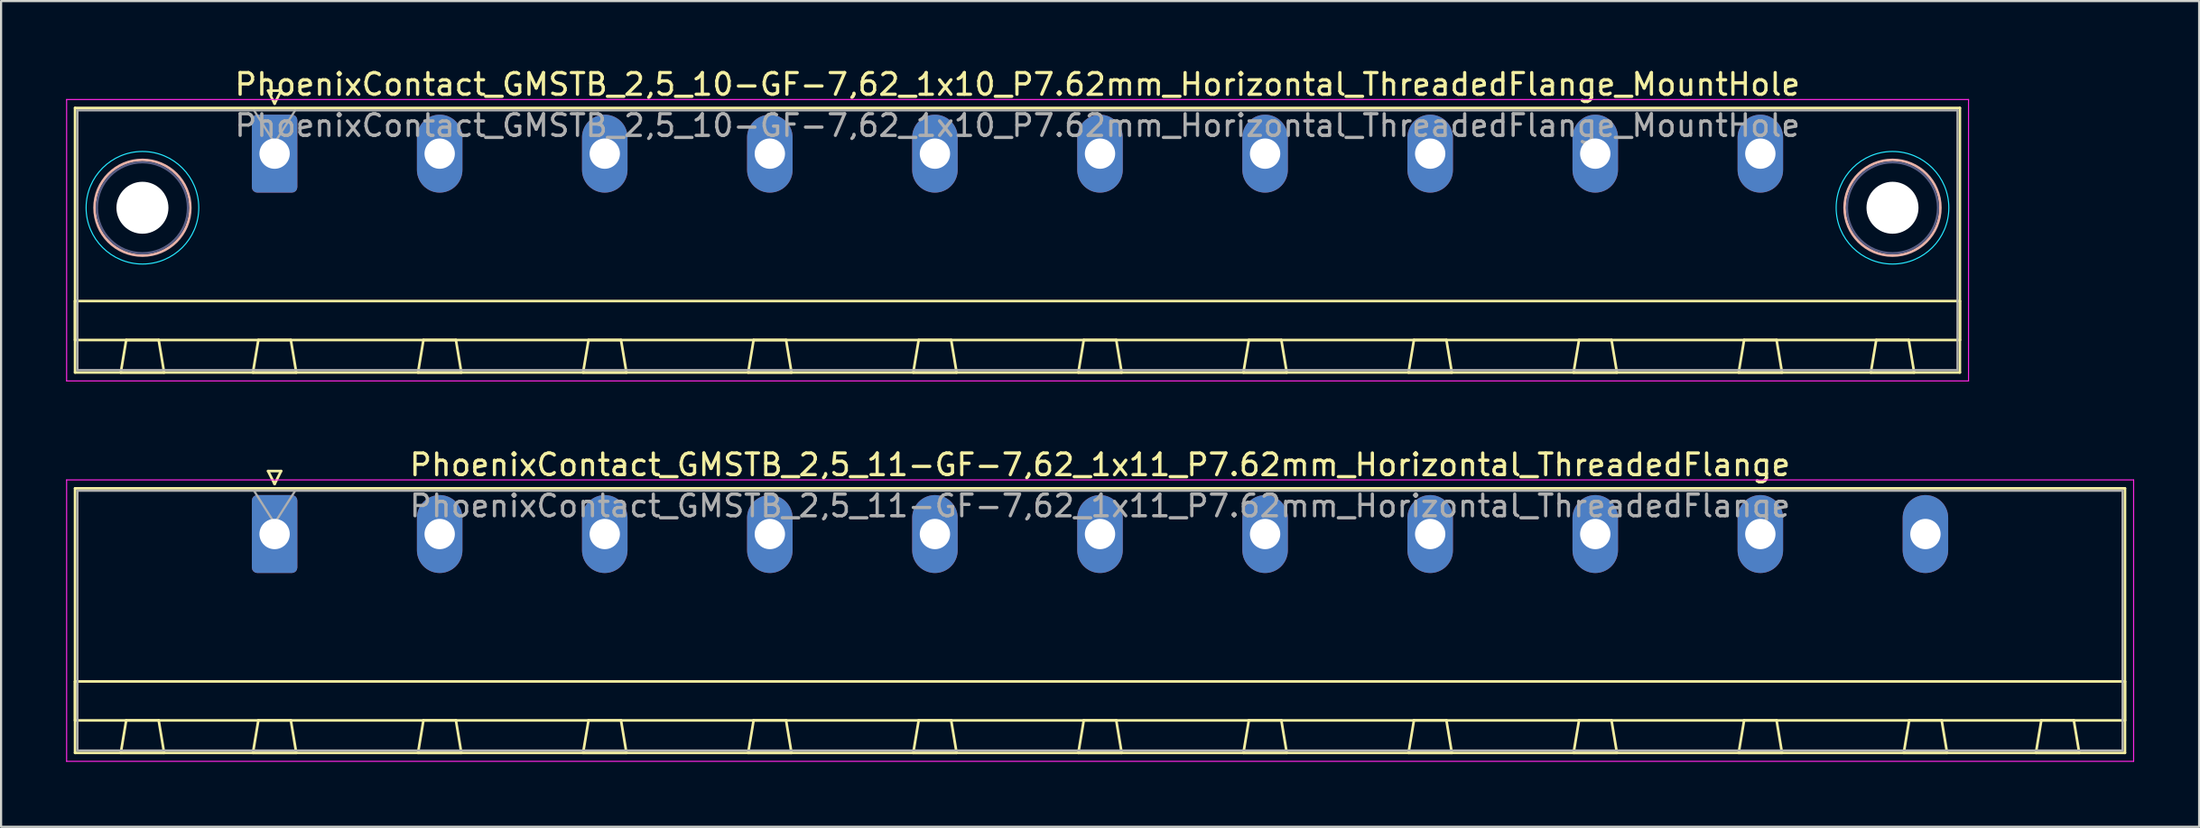
<source format=kicad_pcb>
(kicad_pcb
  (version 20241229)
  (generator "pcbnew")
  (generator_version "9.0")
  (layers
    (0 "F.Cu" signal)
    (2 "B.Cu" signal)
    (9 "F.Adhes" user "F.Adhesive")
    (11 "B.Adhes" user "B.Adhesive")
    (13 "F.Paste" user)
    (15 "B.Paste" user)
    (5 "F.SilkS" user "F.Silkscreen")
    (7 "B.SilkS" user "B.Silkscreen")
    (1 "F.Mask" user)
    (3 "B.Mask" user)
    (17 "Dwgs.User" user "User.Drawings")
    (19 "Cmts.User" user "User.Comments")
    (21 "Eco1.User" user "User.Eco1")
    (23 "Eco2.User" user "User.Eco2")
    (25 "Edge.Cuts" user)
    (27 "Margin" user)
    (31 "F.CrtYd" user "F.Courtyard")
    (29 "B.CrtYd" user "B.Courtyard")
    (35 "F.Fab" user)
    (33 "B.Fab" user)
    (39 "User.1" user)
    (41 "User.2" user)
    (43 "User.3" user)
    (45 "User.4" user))
  (footprint "PhoenixContact_GMSTB_2,5_11-GF-7,62_1x11_P7.62mm_Horizontal_ThreadedFlange"
    (layer "F.Cu")
    (at 9.625 21.622)
    (property "Reference" "PhoenixContact_GMSTB_2,5_11-GF-7,62_1x11_P7.62mm_Horizontal_ThreadedFlange" (at 38.1 -3.2 0) (layer "F.SilkS") (effects (font (size 1 1) (thickness 0.15))))
    (attr through_hole)
    (fp_line (start -9.21 -2.11) (end -9.21 10.11) (stroke (width 0.12) (type solid)) (layer "F.SilkS"))
    (fp_line (start -9.21 6.81) (end 85.41 6.81) (stroke (width 0.12) (type solid)) (layer "F.SilkS"))
    (fp_line (start -9.21 8.61) (end -9.21 6.81) (stroke (width 0.12) (type solid)) (layer "F.SilkS"))
    (fp_line (start -9.21 10.11) (end 85.41 10.11) (stroke (width 0.12) (type solid)) (layer "F.SilkS"))
    (fp_line (start -7.1 10.11) (end -5.1 10.11) (stroke (width 0.12) (type solid)) (layer "F.SilkS"))
    (fp_line (start -6.85 8.61) (end -7.1 10.11) (stroke (width 0.12) (type solid)) (layer "F.SilkS"))
    (fp_line (start -5.35 8.61) (end -6.85 8.61) (stroke (width 0.12) (type solid)) (layer "F.SilkS"))
    (fp_line (start -5.1 10.11) (end -5.35 8.61) (stroke (width 0.12) (type solid)) (layer "F.SilkS"))
    (fp_line (start -1 10.11) (end 1 10.11) (stroke (width 0.12) (type solid)) (layer "F.SilkS"))
    (fp_line (start -0.75 8.61) (end -1 10.11) (stroke (width 0.12) (type solid)) (layer "F.SilkS"))
    (fp_line (start -0.3 -2.91) (end 0.3 -2.91) (stroke (width 0.12) (type solid)) (layer "F.SilkS"))
    (fp_line (start 0 -2.31) (end -0.3 -2.91) (stroke (width 0.12) (type solid)) (layer "F.SilkS"))
    (fp_line (start 0.3 -2.91) (end 0 -2.31) (stroke (width 0.12) (type solid)) (layer "F.SilkS"))
    (fp_line (start 0.75 8.61) (end -0.75 8.61) (stroke (width 0.12) (type solid)) (layer "F.SilkS"))
    (fp_line (start 1 10.11) (end 0.75 8.61) (stroke (width 0.12) (type solid)) (layer "F.SilkS"))
    (fp_line (start 6.62 10.11) (end 8.62 10.11) (stroke (width 0.12) (type solid)) (layer "F.SilkS"))
    (fp_line (start 6.87 8.61) (end 6.62 10.11) (stroke (width 0.12) (type solid)) (layer "F.SilkS"))
    (fp_line (start 8.37 8.61) (end 6.87 8.61) (stroke (width 0.12) (type solid)) (layer "F.SilkS"))
    (fp_line (start 8.62 10.11) (end 8.37 8.61) (stroke (width 0.12) (type solid)) (layer "F.SilkS"))
    (fp_line (start 14.24 10.11) (end 16.24 10.11) (stroke (width 0.12) (type solid)) (layer "F.SilkS"))
    (fp_line (start 14.49 8.61) (end 14.24 10.11) (stroke (width 0.12) (type solid)) (layer "F.SilkS"))
    (fp_line (start 15.99 8.61) (end 14.49 8.61) (stroke (width 0.12) (type solid)) (layer "F.SilkS"))
    (fp_line (start 16.24 10.11) (end 15.99 8.61) (stroke (width 0.12) (type solid)) (layer "F.SilkS"))
    (fp_line (start 21.86 10.11) (end 23.86 10.11) (stroke (width 0.12) (type solid)) (layer "F.SilkS"))
    (fp_line (start 22.11 8.61) (end 21.86 10.11) (stroke (width 0.12) (type solid)) (layer "F.SilkS"))
    (fp_line (start 23.61 8.61) (end 22.11 8.61) (stroke (width 0.12) (type solid)) (layer "F.SilkS"))
    (fp_line (start 23.86 10.11) (end 23.61 8.61) (stroke (width 0.12) (type solid)) (layer "F.SilkS"))
    (fp_line (start 29.48 10.11) (end 31.48 10.11) (stroke (width 0.12) (type solid)) (layer "F.SilkS"))
    (fp_line (start 29.73 8.61) (end 29.48 10.11) (stroke (width 0.12) (type solid)) (layer "F.SilkS"))
    (fp_line (start 31.23 8.61) (end 29.73 8.61) (stroke (width 0.12) (type solid)) (layer "F.SilkS"))
    (fp_line (start 31.48 10.11) (end 31.23 8.61) (stroke (width 0.12) (type solid)) (layer "F.SilkS"))
    (fp_line (start 37.1 10.11) (end 39.1 10.11) (stroke (width 0.12) (type solid)) (layer "F.SilkS"))
    (fp_line (start 37.35 8.61) (end 37.1 10.11) (stroke (width 0.12) (type solid)) (layer "F.SilkS"))
    (fp_line (start 38.85 8.61) (end 37.35 8.61) (stroke (width 0.12) (type solid)) (layer "F.SilkS"))
    (fp_line (start 39.1 10.11) (end 38.85 8.61) (stroke (width 0.12) (type solid)) (layer "F.SilkS"))
    (fp_line (start 44.72 10.11) (end 46.72 10.11) (stroke (width 0.12) (type solid)) (layer "F.SilkS"))
    (fp_line (start 44.97 8.61) (end 44.72 10.11) (stroke (width 0.12) (type solid)) (layer "F.SilkS"))
    (fp_line (start 46.47 8.61) (end 44.97 8.61) (stroke (width 0.12) (type solid)) (layer "F.SilkS"))
    (fp_line (start 46.72 10.11) (end 46.47 8.61) (stroke (width 0.12) (type solid)) (layer "F.SilkS"))
    (fp_line (start 52.34 10.11) (end 54.34 10.11) (stroke (width 0.12) (type solid)) (layer "F.SilkS"))
    (fp_line (start 52.59 8.61) (end 52.34 10.11) (stroke (width 0.12) (type solid)) (layer "F.SilkS"))
    (fp_line (start 54.09 8.61) (end 52.59 8.61) (stroke (width 0.12) (type solid)) (layer "F.SilkS"))
    (fp_line (start 54.34 10.11) (end 54.09 8.61) (stroke (width 0.12) (type solid)) (layer "F.SilkS"))
    (fp_line (start 59.96 10.11) (end 61.96 10.11) (stroke (width 0.12) (type solid)) (layer "F.SilkS"))
    (fp_line (start 60.21 8.61) (end 59.96 10.11) (stroke (width 0.12) (type solid)) (layer "F.SilkS"))
    (fp_line (start 61.71 8.61) (end 60.21 8.61) (stroke (width 0.12) (type solid)) (layer "F.SilkS"))
    (fp_line (start 61.96 10.11) (end 61.71 8.61) (stroke (width 0.12) (type solid)) (layer "F.SilkS"))
    (fp_line (start 67.58 10.11) (end 69.58 10.11) (stroke (width 0.12) (type solid)) (layer "F.SilkS"))
    (fp_line (start 67.83 8.61) (end 67.58 10.11) (stroke (width 0.12) (type solid)) (layer "F.SilkS"))
    (fp_line (start 69.33 8.61) (end 67.83 8.61) (stroke (width 0.12) (type solid)) (layer "F.SilkS"))
    (fp_line (start 69.58 10.11) (end 69.33 8.61) (stroke (width 0.12) (type solid)) (layer "F.SilkS"))
    (fp_line (start 75.2 10.11) (end 77.2 10.11) (stroke (width 0.12) (type solid)) (layer "F.SilkS"))
    (fp_line (start 75.45 8.61) (end 75.2 10.11) (stroke (width 0.12) (type solid)) (layer "F.SilkS"))
    (fp_line (start 76.95 8.61) (end 75.45 8.61) (stroke (width 0.12) (type solid)) (layer "F.SilkS"))
    (fp_line (start 77.2 10.11) (end 76.95 8.61) (stroke (width 0.12) (type solid)) (layer "F.SilkS"))
    (fp_line (start 81.3 10.11) (end 83.3 10.11) (stroke (width 0.12) (type solid)) (layer "F.SilkS"))
    (fp_line (start 81.55 8.61) (end 81.3 10.11) (stroke (width 0.12) (type solid)) (layer "F.SilkS"))
    (fp_line (start 83.05 8.61) (end 81.55 8.61) (stroke (width 0.12) (type solid)) (layer "F.SilkS"))
    (fp_line (start 83.3 10.11) (end 83.05 8.61) (stroke (width 0.12) (type solid)) (layer "F.SilkS"))
    (fp_line (start 85.41 -2.11) (end -9.21 -2.11) (stroke (width 0.12) (type solid)) (layer "F.SilkS"))
    (fp_line (start 85.41 6.81) (end 85.41 8.61) (stroke (width 0.12) (type solid)) (layer "F.SilkS"))
    (fp_line (start 85.41 8.61) (end -9.21 8.61) (stroke (width 0.12) (type solid)) (layer "F.SilkS"))
    (fp_line (start 85.41 10.11) (end 85.41 -2.11) (stroke (width 0.12) (type solid)) (layer "F.SilkS"))
    (fp_line (start -9.6 -2.5) (end -9.6 10.5) (stroke (width 0.05) (type solid)) (layer "F.CrtYd"))
    (fp_line (start -9.6 10.5) (end 85.81 10.5) (stroke (width 0.05) (type solid)) (layer "F.CrtYd"))
    (fp_line (start 85.81 -2.5) (end -9.6 -2.5) (stroke (width 0.05) (type solid)) (layer "F.CrtYd"))
    (fp_line (start 85.81 10.5) (end 85.81 -2.5) (stroke (width 0.05) (type solid)) (layer "F.CrtYd"))
    (fp_line (start -9.1 -2) (end -9.1 10) (stroke (width 0.1) (type solid)) (layer "F.Fab"))
    (fp_line (start -9.1 10) (end 85.3 10) (stroke (width 0.1) (type solid)) (layer "F.Fab"))
    (fp_line (start 0 -0.5) (end -0.95 -2) (stroke (width 0.1) (type solid)) (layer "F.Fab"))
    (fp_line (start 0.95 -2) (end 0 -0.5) (stroke (width 0.1) (type solid)) (layer "F.Fab"))
    (fp_line (start 85.3 -2) (end -9.1 -2) (stroke (width 0.1) (type solid)) (layer "F.Fab"))
    (fp_line (start 85.3 10) (end 85.3 -2) (stroke (width 0.1) (type solid)) (layer "F.Fab"))
    (fp_text user "${REFERENCE}" (at 38.1 -1.3 0) (layer "F.Fab") (effects (font (size 1 1) (thickness 0.15))))
    (pad "1" thru_hole roundrect (at 0 0) (size 2.1 3.6) (drill 1.4) (layers "*.Cu" "*.Mask") (roundrect_rratio 0.119))
    (pad "2" thru_hole oval (at 7.62 0) (size 2.1 3.6) (drill 1.4) (layers "*.Cu" "*.Mask"))
    (pad "3" thru_hole oval (at 15.24 0) (size 2.1 3.6) (drill 1.4) (layers "*.Cu" "*.Mask"))
    (pad "4" thru_hole oval (at 22.86 0) (size 2.1 3.6) (drill 1.4) (layers "*.Cu" "*.Mask"))
    (pad "5" thru_hole oval (at 30.48 0) (size 2.1 3.6) (drill 1.4) (layers "*.Cu" "*.Mask"))
    (pad "6" thru_hole oval (at 38.1 0) (size 2.1 3.6) (drill 1.4) (layers "*.Cu" "*.Mask"))
    (pad "7" thru_hole oval (at 45.72 0) (size 2.1 3.6) (drill 1.4) (layers "*.Cu" "*.Mask"))
    (pad "8" thru_hole oval (at 53.34 0) (size 2.1 3.6) (drill 1.4) (layers "*.Cu" "*.Mask"))
    (pad "9" thru_hole oval (at 60.96 0) (size 2.1 3.6) (drill 1.4) (layers "*.Cu" "*.Mask"))
    (pad "10" thru_hole oval (at 68.58 0) (size 2.1 3.6) (drill 1.4) (layers "*.Cu" "*.Mask"))
    (pad "11" thru_hole oval (at 76.2 0) (size 2.1 3.6) (drill 1.4) (layers "*.Cu" "*.Mask")))
  (footprint "PhoenixContact_GMSTB_2,5_10-GF-7,62_1x10_P7.62mm_Horizontal_ThreadedFlange_MountHole"
    (layer "F.Cu")
    (at 9.625 4.048)
    (property "Reference" "PhoenixContact_GMSTB_2,5_10-GF-7,62_1x10_P7.62mm_Horizontal_ThreadedFlange_MountHole" (at 34.29 -3.2 0) (layer "F.SilkS") (effects (font (size 1 1) (thickness 0.15))))
    (attr through_hole)
    (fp_line (start -9.21 -2.11) (end -9.21 10.11) (stroke (width 0.12) (type solid)) (layer "F.SilkS"))
    (fp_line (start -9.21 6.81) (end 77.79 6.81) (stroke (width 0.12) (type solid)) (layer "F.SilkS"))
    (fp_line (start -9.21 8.61) (end -9.21 6.81) (stroke (width 0.12) (type solid)) (layer "F.SilkS"))
    (fp_line (start -9.21 10.11) (end 77.79 10.11) (stroke (width 0.12) (type solid)) (layer "F.SilkS"))
    (fp_line (start -7.1 10.11) (end -5.1 10.11) (stroke (width 0.12) (type solid)) (layer "F.SilkS"))
    (fp_line (start -6.85 8.61) (end -7.1 10.11) (stroke (width 0.12) (type solid)) (layer "F.SilkS"))
    (fp_line (start -5.35 8.61) (end -6.85 8.61) (stroke (width 0.12) (type solid)) (layer "F.SilkS"))
    (fp_line (start -5.1 10.11) (end -5.35 8.61) (stroke (width 0.12) (type solid)) (layer "F.SilkS"))
    (fp_line (start -1 10.11) (end 1 10.11) (stroke (width 0.12) (type solid)) (layer "F.SilkS"))
    (fp_line (start -0.75 8.61) (end -1 10.11) (stroke (width 0.12) (type solid)) (layer "F.SilkS"))
    (fp_line (start -0.3 -2.91) (end 0.3 -2.91) (stroke (width 0.12) (type solid)) (layer "F.SilkS"))
    (fp_line (start 0 -2.31) (end -0.3 -2.91) (stroke (width 0.12) (type solid)) (layer "F.SilkS"))
    (fp_line (start 0.3 -2.91) (end 0 -2.31) (stroke (width 0.12) (type solid)) (layer "F.SilkS"))
    (fp_line (start 0.75 8.61) (end -0.75 8.61) (stroke (width 0.12) (type solid)) (layer "F.SilkS"))
    (fp_line (start 1 10.11) (end 0.75 8.61) (stroke (width 0.12) (type solid)) (layer "F.SilkS"))
    (fp_line (start 6.62 10.11) (end 8.62 10.11) (stroke (width 0.12) (type solid)) (layer "F.SilkS"))
    (fp_line (start 6.87 8.61) (end 6.62 10.11) (stroke (width 0.12) (type solid)) (layer "F.SilkS"))
    (fp_line (start 8.37 8.61) (end 6.87 8.61) (stroke (width 0.12) (type solid)) (layer "F.SilkS"))
    (fp_line (start 8.62 10.11) (end 8.37 8.61) (stroke (width 0.12) (type solid)) (layer "F.SilkS"))
    (fp_line (start 14.24 10.11) (end 16.24 10.11) (stroke (width 0.12) (type solid)) (layer "F.SilkS"))
    (fp_line (start 14.49 8.61) (end 14.24 10.11) (stroke (width 0.12) (type solid)) (layer "F.SilkS"))
    (fp_line (start 15.99 8.61) (end 14.49 8.61) (stroke (width 0.12) (type solid)) (layer "F.SilkS"))
    (fp_line (start 16.24 10.11) (end 15.99 8.61) (stroke (width 0.12) (type solid)) (layer "F.SilkS"))
    (fp_line (start 21.86 10.11) (end 23.86 10.11) (stroke (width 0.12) (type solid)) (layer "F.SilkS"))
    (fp_line (start 22.11 8.61) (end 21.86 10.11) (stroke (width 0.12) (type solid)) (layer "F.SilkS"))
    (fp_line (start 23.61 8.61) (end 22.11 8.61) (stroke (width 0.12) (type solid)) (layer "F.SilkS"))
    (fp_line (start 23.86 10.11) (end 23.61 8.61) (stroke (width 0.12) (type solid)) (layer "F.SilkS"))
    (fp_line (start 29.48 10.11) (end 31.48 10.11) (stroke (width 0.12) (type solid)) (layer "F.SilkS"))
    (fp_line (start 29.73 8.61) (end 29.48 10.11) (stroke (width 0.12) (type solid)) (layer "F.SilkS"))
    (fp_line (start 31.23 8.61) (end 29.73 8.61) (stroke (width 0.12) (type solid)) (layer "F.SilkS"))
    (fp_line (start 31.48 10.11) (end 31.23 8.61) (stroke (width 0.12) (type solid)) (layer "F.SilkS"))
    (fp_line (start 37.1 10.11) (end 39.1 10.11) (stroke (width 0.12) (type solid)) (layer "F.SilkS"))
    (fp_line (start 37.35 8.61) (end 37.1 10.11) (stroke (width 0.12) (type solid)) (layer "F.SilkS"))
    (fp_line (start 38.85 8.61) (end 37.35 8.61) (stroke (width 0.12) (type solid)) (layer "F.SilkS"))
    (fp_line (start 39.1 10.11) (end 38.85 8.61) (stroke (width 0.12) (type solid)) (layer "F.SilkS"))
    (fp_line (start 44.72 10.11) (end 46.72 10.11) (stroke (width 0.12) (type solid)) (layer "F.SilkS"))
    (fp_line (start 44.97 8.61) (end 44.72 10.11) (stroke (width 0.12) (type solid)) (layer "F.SilkS"))
    (fp_line (start 46.47 8.61) (end 44.97 8.61) (stroke (width 0.12) (type solid)) (layer "F.SilkS"))
    (fp_line (start 46.72 10.11) (end 46.47 8.61) (stroke (width 0.12) (type solid)) (layer "F.SilkS"))
    (fp_line (start 52.34 10.11) (end 54.34 10.11) (stroke (width 0.12) (type solid)) (layer "F.SilkS"))
    (fp_line (start 52.59 8.61) (end 52.34 10.11) (stroke (width 0.12) (type solid)) (layer "F.SilkS"))
    (fp_line (start 54.09 8.61) (end 52.59 8.61) (stroke (width 0.12) (type solid)) (layer "F.SilkS"))
    (fp_line (start 54.34 10.11) (end 54.09 8.61) (stroke (width 0.12) (type solid)) (layer "F.SilkS"))
    (fp_line (start 59.96 10.11) (end 61.96 10.11) (stroke (width 0.12) (type solid)) (layer "F.SilkS"))
    (fp_line (start 60.21 8.61) (end 59.96 10.11) (stroke (width 0.12) (type solid)) (layer "F.SilkS"))
    (fp_line (start 61.71 8.61) (end 60.21 8.61) (stroke (width 0.12) (type solid)) (layer "F.SilkS"))
    (fp_line (start 61.96 10.11) (end 61.71 8.61) (stroke (width 0.12) (type solid)) (layer "F.SilkS"))
    (fp_line (start 67.58 10.11) (end 69.58 10.11) (stroke (width 0.12) (type solid)) (layer "F.SilkS"))
    (fp_line (start 67.83 8.61) (end 67.58 10.11) (stroke (width 0.12) (type solid)) (layer "F.SilkS"))
    (fp_line (start 69.33 8.61) (end 67.83 8.61) (stroke (width 0.12) (type solid)) (layer "F.SilkS"))
    (fp_line (start 69.58 10.11) (end 69.33 8.61) (stroke (width 0.12) (type solid)) (layer "F.SilkS"))
    (fp_line (start 73.68 10.11) (end 75.68 10.11) (stroke (width 0.12) (type solid)) (layer "F.SilkS"))
    (fp_line (start 73.93 8.61) (end 73.68 10.11) (stroke (width 0.12) (type solid)) (layer "F.SilkS"))
    (fp_line (start 75.43 8.61) (end 73.93 8.61) (stroke (width 0.12) (type solid)) (layer "F.SilkS"))
    (fp_line (start 75.68 10.11) (end 75.43 8.61) (stroke (width 0.12) (type solid)) (layer "F.SilkS"))
    (fp_line (start 77.79 -2.11) (end -9.21 -2.11) (stroke (width 0.12) (type solid)) (layer "F.SilkS"))
    (fp_line (start 77.79 6.81) (end 77.79 8.61) (stroke (width 0.12) (type solid)) (layer "F.SilkS"))
    (fp_line (start 77.79 8.61) (end -9.21 8.61) (stroke (width 0.12) (type solid)) (layer "F.SilkS"))
    (fp_line (start 77.79 10.11) (end 77.79 -2.11) (stroke (width 0.12) (type solid)) (layer "F.SilkS"))
    (fp_circle (center -6.1 2.5) (end -3.89 2.5) (stroke (width 0.12) (type solid)) (fill no) (layer "B.SilkS"))
    (fp_circle (center 74.68 2.5) (end 76.89 2.5) (stroke (width 0.12) (type solid)) (fill no) (layer "B.SilkS"))
    (fp_circle (center -6.1 2.5) (end -3.5 2.5) (stroke (width 0.05) (type solid)) (fill no) (layer "B.CrtYd"))
    (fp_circle (center 74.68 2.5) (end 77.28 2.5) (stroke (width 0.05) (type solid)) (fill no) (layer "B.CrtYd"))
    (fp_line (start -9.6 -2.5) (end -9.6 10.5) (stroke (width 0.05) (type solid)) (layer "F.CrtYd"))
    (fp_line (start -9.6 10.5) (end 78.19 10.5) (stroke (width 0.05) (type solid)) (layer "F.CrtYd"))
    (fp_line (start 78.19 -2.5) (end -9.6 -2.5) (stroke (width 0.05) (type solid)) (layer "F.CrtYd"))
    (fp_line (start 78.19 10.5) (end 78.19 -2.5) (stroke (width 0.05) (type solid)) (layer "F.CrtYd"))
    (fp_circle (center -6.1 2.5) (end -4 2.5) (stroke (width 0.1) (type solid)) (fill no) (layer "B.Fab"))
    (fp_circle (center 74.68 2.5) (end 76.78 2.5) (stroke (width 0.1) (type solid)) (fill no) (layer "B.Fab"))
    (fp_line (start -9.1 -2) (end -9.1 10) (stroke (width 0.1) (type solid)) (layer "F.Fab"))
    (fp_line (start -9.1 10) (end 77.68 10) (stroke (width 0.1) (type solid)) (layer "F.Fab"))
    (fp_line (start 0 -0.5) (end -0.95 -2) (stroke (width 0.1) (type solid)) (layer "F.Fab"))
    (fp_line (start 0.95 -2) (end 0 -0.5) (stroke (width 0.1) (type solid)) (layer "F.Fab"))
    (fp_line (start 77.68 -2) (end -9.1 -2) (stroke (width 0.1) (type solid)) (layer "F.Fab"))
    (fp_line (start 77.68 10) (end 77.68 -2) (stroke (width 0.1) (type solid)) (layer "F.Fab"))
    (fp_text user "${REFERENCE}" (at 34.29 -1.3 0) (layer "F.Fab") (effects (font (size 1 1) (thickness 0.15))))
    (pad "" np_thru_hole circle (at -6.1 2.5) (size 2.4 2.4) (drill 2.4) (layers "*.Cu" "*.Mask"))
    (pad "" np_thru_hole circle (at 74.68 2.5) (size 2.4 2.4) (drill 2.4) (layers "*.Cu" "*.Mask"))
    (pad "1" thru_hole roundrect (at 0 0) (size 2.1 3.6) (drill 1.4) (layers "*.Cu" "*.Mask") (roundrect_rratio 0.119))
    (pad "2" thru_hole oval (at 7.62 0) (size 2.1 3.6) (drill 1.4) (layers "*.Cu" "*.Mask"))
    (pad "3" thru_hole oval (at 15.24 0) (size 2.1 3.6) (drill 1.4) (layers "*.Cu" "*.Mask"))
    (pad "4" thru_hole oval (at 22.86 0) (size 2.1 3.6) (drill 1.4) (layers "*.Cu" "*.Mask"))
    (pad "5" thru_hole oval (at 30.48 0) (size 2.1 3.6) (drill 1.4) (layers "*.Cu" "*.Mask"))
    (pad "6" thru_hole oval (at 38.1 0) (size 2.1 3.6) (drill 1.4) (layers "*.Cu" "*.Mask"))
    (pad "7" thru_hole oval (at 45.72 0) (size 2.1 3.6) (drill 1.4) (layers "*.Cu" "*.Mask"))
    (pad "8" thru_hole oval (at 53.34 0) (size 2.1 3.6) (drill 1.4) (layers "*.Cu" "*.Mask"))
    (pad "9" thru_hole oval (at 60.96 0) (size 2.1 3.6) (drill 1.4) (layers "*.Cu" "*.Mask"))
    (pad "10" thru_hole oval (at 68.58 0) (size 2.1 3.6) (drill 1.4) (layers "*.Cu" "*.Mask")))
  (gr_rect
    (start -3 -3)
    (end 98.46 35.147)
    (stroke (width 0.1) (type default))
    (fill no)
    (layer "Edge.Cuts")))
</source>
